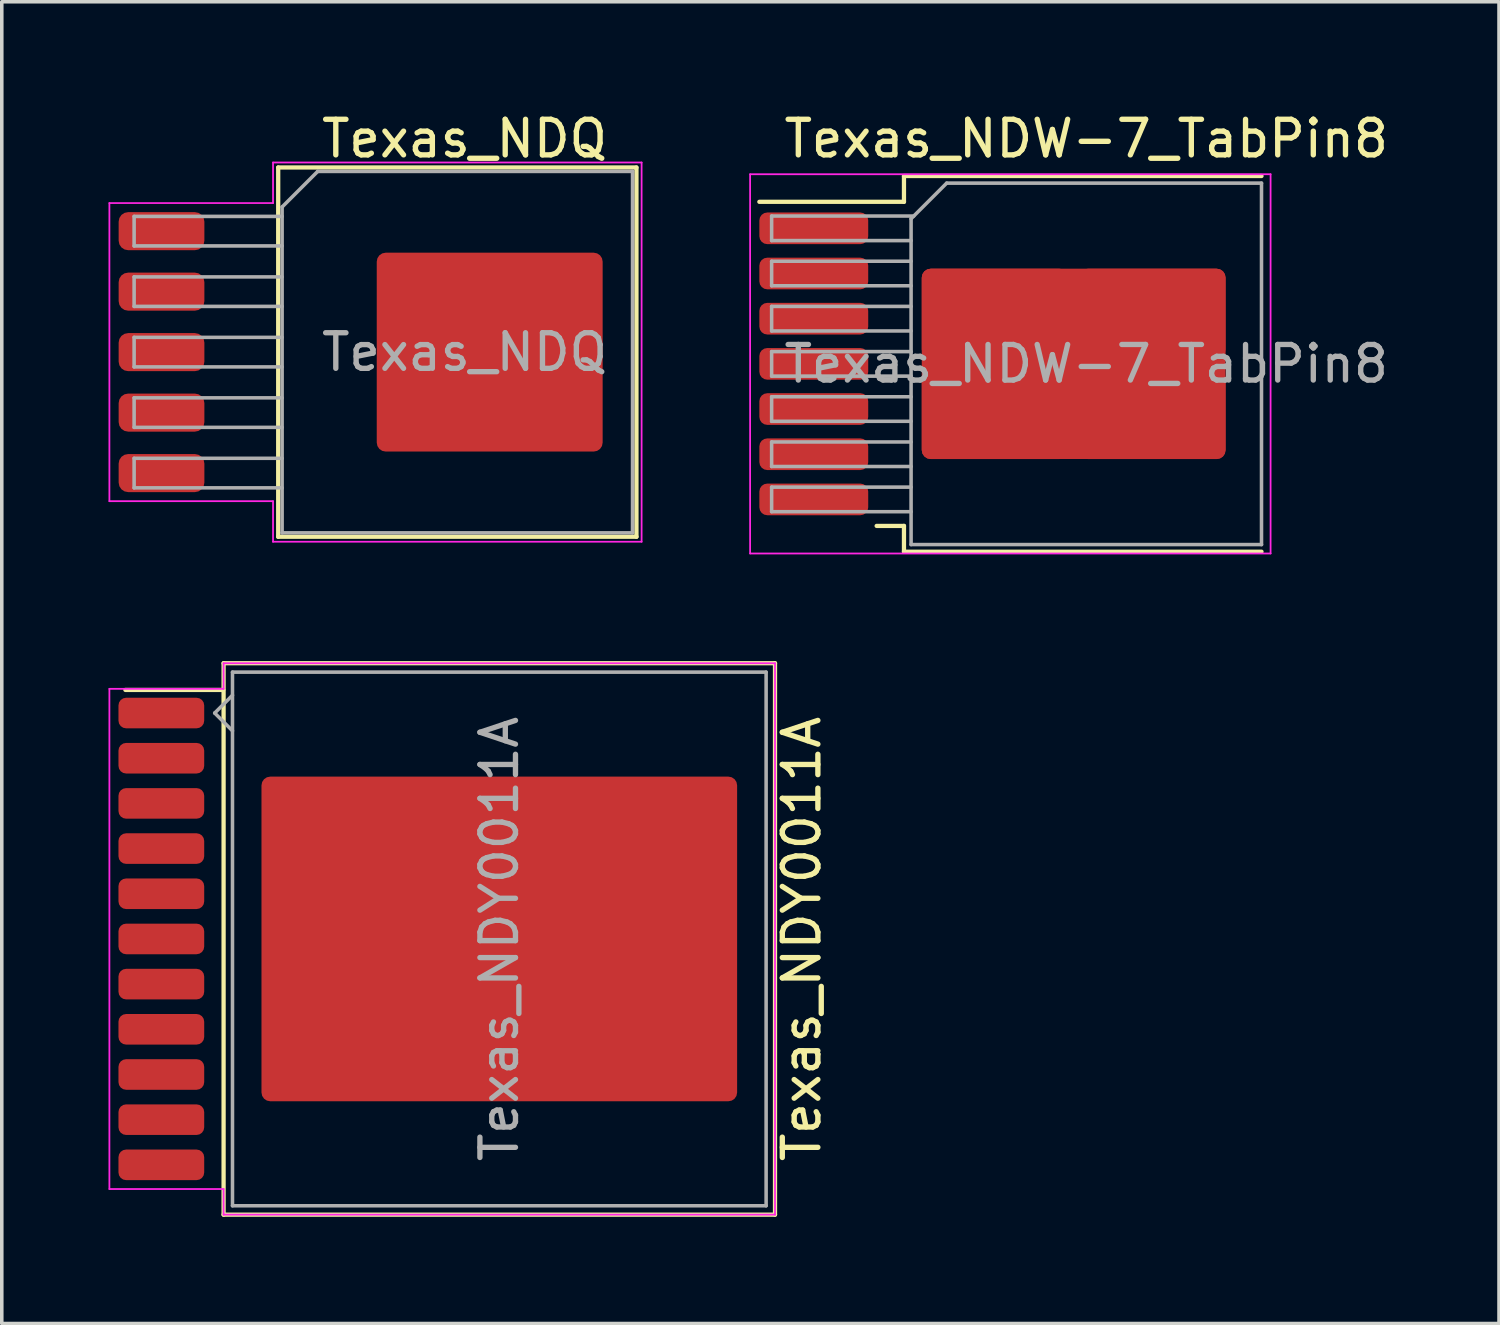
<source format=kicad_pcb>
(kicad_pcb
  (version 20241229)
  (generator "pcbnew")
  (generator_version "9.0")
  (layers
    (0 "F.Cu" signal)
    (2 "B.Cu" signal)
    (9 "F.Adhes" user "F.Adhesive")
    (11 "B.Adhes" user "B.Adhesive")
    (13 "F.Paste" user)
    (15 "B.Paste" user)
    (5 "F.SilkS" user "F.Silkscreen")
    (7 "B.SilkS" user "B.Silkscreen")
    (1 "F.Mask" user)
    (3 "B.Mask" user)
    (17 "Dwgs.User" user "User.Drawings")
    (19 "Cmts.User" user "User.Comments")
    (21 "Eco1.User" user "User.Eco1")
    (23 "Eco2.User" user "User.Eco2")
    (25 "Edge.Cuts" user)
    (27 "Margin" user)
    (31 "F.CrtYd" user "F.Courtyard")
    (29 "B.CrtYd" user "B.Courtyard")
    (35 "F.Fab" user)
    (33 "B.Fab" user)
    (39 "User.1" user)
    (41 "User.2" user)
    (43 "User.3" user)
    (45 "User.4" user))
  (footprint "Texas_NDW-7_TabPin8"
    (layer "F.Cu")
    (at 27.485 7.178)
    (property "Reference" "Texas_NDW-7_TabPin8" (at 0 -6.33 0) (layer "F.SilkS") (effects (font (size 1 1) (thickness 0.15))))
    (attr smd)
    (fp_line (start -5.125 -5.28) (end -5.125 -4.555) (stroke (width 0.12) (type solid)) (layer "F.SilkS"))
    (fp_line (start -5.125 -4.555) (end -9.19 -4.555) (stroke (width 0.12) (type solid)) (layer "F.SilkS"))
    (fp_line (start -5.125 4.555) (end -5.893 4.555) (stroke (width 0.12) (type solid)) (layer "F.SilkS"))
    (fp_line (start -5.125 5.28) (end -5.125 4.555) (stroke (width 0.12) (type solid)) (layer "F.SilkS"))
    (fp_line (start 4.925 -5.28) (end -5.125 -5.28) (stroke (width 0.12) (type solid)) (layer "F.SilkS"))
    (fp_line (start 4.925 5.28) (end -5.125 5.28) (stroke (width 0.12) (type solid)) (layer "F.SilkS"))
    (fp_line (start -9.45 -5.33) (end -9.45 5.33) (stroke (width 0.05) (type solid)) (layer "F.CrtYd"))
    (fp_line (start -9.45 5.33) (end 5.18 5.33) (stroke (width 0.05) (type solid)) (layer "F.CrtYd"))
    (fp_line (start 5.18 -5.33) (end -9.45 -5.33) (stroke (width 0.05) (type solid)) (layer "F.CrtYd"))
    (fp_line (start 5.18 5.33) (end 5.18 -5.33) (stroke (width 0.05) (type solid)) (layer "F.CrtYd"))
    (fp_line (start -8.845 -4.155) (end -8.845 -3.465) (stroke (width 0.1) (type solid)) (layer "F.Fab"))
    (fp_line (start -8.845 -3.465) (end -4.925 -3.465) (stroke (width 0.1) (type solid)) (layer "F.Fab"))
    (fp_line (start -8.845 -2.885) (end -8.845 -2.195) (stroke (width 0.1) (type solid)) (layer "F.Fab"))
    (fp_line (start -8.845 -2.195) (end -4.925 -2.195) (stroke (width 0.1) (type solid)) (layer "F.Fab"))
    (fp_line (start -8.845 -1.615) (end -8.845 -0.925) (stroke (width 0.1) (type solid)) (layer "F.Fab"))
    (fp_line (start -8.845 -0.925) (end -4.925 -0.925) (stroke (width 0.1) (type solid)) (layer "F.Fab"))
    (fp_line (start -8.845 -0.345) (end -8.845 0.345) (stroke (width 0.1) (type solid)) (layer "F.Fab"))
    (fp_line (start -8.845 0.345) (end -4.925 0.345) (stroke (width 0.1) (type solid)) (layer "F.Fab"))
    (fp_line (start -8.845 0.925) (end -8.845 1.615) (stroke (width 0.1) (type solid)) (layer "F.Fab"))
    (fp_line (start -8.845 1.615) (end -4.925 1.615) (stroke (width 0.1) (type solid)) (layer "F.Fab"))
    (fp_line (start -8.845 2.195) (end -8.845 2.885) (stroke (width 0.1) (type solid)) (layer "F.Fab"))
    (fp_line (start -8.845 2.885) (end -4.925 2.885) (stroke (width 0.1) (type solid)) (layer "F.Fab"))
    (fp_line (start -8.845 3.465) (end -8.845 4.155) (stroke (width 0.1) (type solid)) (layer "F.Fab"))
    (fp_line (start -8.845 4.155) (end -4.925 4.155) (stroke (width 0.1) (type solid)) (layer "F.Fab"))
    (fp_line (start -4.925 -4.08) (end -3.925 -5.08) (stroke (width 0.1) (type solid)) (layer "F.Fab"))
    (fp_line (start -4.925 -2.885) (end -8.845 -2.885) (stroke (width 0.1) (type solid)) (layer "F.Fab"))
    (fp_line (start -4.925 -1.615) (end -8.845 -1.615) (stroke (width 0.1) (type solid)) (layer "F.Fab"))
    (fp_line (start -4.925 -0.345) (end -8.845 -0.345) (stroke (width 0.1) (type solid)) (layer "F.Fab"))
    (fp_line (start -4.925 0.925) (end -8.845 0.925) (stroke (width 0.1) (type solid)) (layer "F.Fab"))
    (fp_line (start -4.925 2.195) (end -8.845 2.195) (stroke (width 0.1) (type solid)) (layer "F.Fab"))
    (fp_line (start -4.925 3.465) (end -8.845 3.465) (stroke (width 0.1) (type solid)) (layer "F.Fab"))
    (fp_line (start -4.925 5.08) (end -4.925 -4.08) (stroke (width 0.1) (type solid)) (layer "F.Fab"))
    (fp_line (start -4.85 -4.155) (end -8.845 -4.155) (stroke (width 0.1) (type solid)) (layer "F.Fab"))
    (fp_line (start -3.925 -5.08) (end 4.925 -5.08) (stroke (width 0.1) (type solid)) (layer "F.Fab"))
    (fp_line (start 4.925 -5.08) (end 4.925 5.08) (stroke (width 0.1) (type solid)) (layer "F.Fab"))
    (fp_line (start 4.925 5.08) (end -4.925 5.08) (stroke (width 0.1) (type solid)) (layer "F.Fab"))
    (fp_text user "${REFERENCE}" (at 0 0 0) (layer "F.Fab") (effects (font (size 1 1) (thickness 0.15))))
    (pad "1" smd roundrect (at -7.66 -3.81) (size 3.06 0.89) (layers "F.Cu" "F.Mask" "F.Paste") (roundrect_rratio 0.25))
    (pad "2" smd roundrect (at -7.66 -2.54) (size 3.06 0.89) (layers "F.Cu" "F.Mask" "F.Paste") (roundrect_rratio 0.25))
    (pad "3" smd roundrect (at -7.66 -1.27) (size 3.06 0.89) (layers "F.Cu" "F.Mask" "F.Paste") (roundrect_rratio 0.25))
    (pad "4" smd roundrect (at -7.66 0) (size 3.06 0.89) (layers "F.Cu" "F.Mask" "F.Paste") (roundrect_rratio 0.25))
    (pad "5" smd roundrect (at -7.66 1.27) (size 3.06 0.89) (layers "F.Cu" "F.Mask" "F.Paste") (roundrect_rratio 0.25))
    (pad "6" smd roundrect (at -7.66 2.54) (size 3.06 0.89) (layers "F.Cu" "F.Mask" "F.Paste") (roundrect_rratio 0.25))
    (pad "7" smd roundrect (at -7.66 3.81) (size 3.06 0.89) (layers "F.Cu" "F.Mask" "F.Paste") (roundrect_rratio 0.25))
    (pad "8" smd roundrect (at -2.565 -1.413) (size 4.12 2.525) (layers "F.Cu" "F.Paste") (roundrect_rratio 0.099))
    (pad "8" smd roundrect (at -2.565 1.413) (size 4.12 2.525) (layers "F.Cu" "F.Paste") (roundrect_rratio 0.099))
    (pad "8" smd roundrect (at -0.355 0) (size 8.54 5.35) (layers "F.Cu" "F.Mask") (roundrect_rratio 0.047))
    (pad "8" smd roundrect (at 1.855 -1.413) (size 4.12 2.525) (layers "F.Cu" "F.Paste") (roundrect_rratio 0.099))
    (pad "8" smd roundrect (at 1.855 1.413) (size 4.12 2.525) (layers "F.Cu" "F.Paste") (roundrect_rratio 0.099)))
  (footprint "Texas_NDQ"
    (layer "F.Cu")
    (at 9.805 6.848)
    (property "Reference" "Texas_NDQ" (at 0.203 -6 0) (layer "F.SilkS") (effects (font (size 1 1) (thickness 0.15))))
    (attr smd)
    (fp_line (start -5.035 -5.19) (end -5.035 5.19) (stroke (width 0.12) (type solid)) (layer "F.SilkS"))
    (fp_line (start -5.035 -5.19) (end 5.035 -5.19) (stroke (width 0.12) (type solid)) (layer "F.SilkS"))
    (fp_line (start 5.035 5.19) (end -5.035 5.19) (stroke (width 0.12) (type solid)) (layer "F.SilkS"))
    (fp_line (start 5.035 5.19) (end 5.035 -5.19) (stroke (width 0.12) (type solid)) (layer "F.SilkS"))
    (fp_line (start -9.78 4.19) (end -9.78 -4.19) (stroke (width 0.05) (type solid)) (layer "F.CrtYd"))
    (fp_line (start -5.18 -4.19) (end -9.78 -4.19) (stroke (width 0.05) (type solid)) (layer "F.CrtYd"))
    (fp_line (start -5.18 -4.19) (end -5.18 -5.33) (stroke (width 0.05) (type solid)) (layer "F.CrtYd"))
    (fp_line (start -5.18 4.19) (end -9.78 4.19) (stroke (width 0.05) (type solid)) (layer "F.CrtYd"))
    (fp_line (start -5.18 5.33) (end -5.18 4.19) (stroke (width 0.05) (type solid)) (layer "F.CrtYd"))
    (fp_line (start 5.18 -5.33) (end -5.18 -5.33) (stroke (width 0.05) (type solid)) (layer "F.CrtYd"))
    (fp_line (start 5.18 -5.33) (end 5.18 5.33) (stroke (width 0.05) (type solid)) (layer "F.CrtYd"))
    (fp_line (start 5.18 5.33) (end -5.18 5.33) (stroke (width 0.05) (type solid)) (layer "F.CrtYd"))
    (fp_line (start -9.085 -3.815) (end -9.085 -2.985) (stroke (width 0.1) (type solid)) (layer "F.Fab"))
    (fp_line (start -9.085 -2.115) (end -9.085 -1.285) (stroke (width 0.1) (type solid)) (layer "F.Fab"))
    (fp_line (start -9.085 -0.415) (end -9.085 0.415) (stroke (width 0.1) (type solid)) (layer "F.Fab"))
    (fp_line (start -9.085 1.285) (end -9.085 2.115) (stroke (width 0.1) (type solid)) (layer "F.Fab"))
    (fp_line (start -9.085 2.985) (end -9.085 3.815) (stroke (width 0.1) (type solid)) (layer "F.Fab"))
    (fp_line (start -4.925 -3.815) (end -9.085 -3.815) (stroke (width 0.1) (type solid)) (layer "F.Fab"))
    (fp_line (start -4.925 -2.985) (end -9.085 -2.985) (stroke (width 0.1) (type solid)) (layer "F.Fab"))
    (fp_line (start -4.925 -2.115) (end -9.085 -2.115) (stroke (width 0.1) (type solid)) (layer "F.Fab"))
    (fp_line (start -4.925 -1.285) (end -9.085 -1.285) (stroke (width 0.1) (type solid)) (layer "F.Fab"))
    (fp_line (start -4.925 -0.415) (end -9.085 -0.415) (stroke (width 0.1) (type solid)) (layer "F.Fab"))
    (fp_line (start -4.925 0.415) (end -9.085 0.415) (stroke (width 0.1) (type solid)) (layer "F.Fab"))
    (fp_line (start -4.925 1.285) (end -9.085 1.285) (stroke (width 0.1) (type solid)) (layer "F.Fab"))
    (fp_line (start -4.925 2.115) (end -9.085 2.115) (stroke (width 0.1) (type solid)) (layer "F.Fab"))
    (fp_line (start -4.925 2.985) (end -9.085 2.985) (stroke (width 0.1) (type solid)) (layer "F.Fab"))
    (fp_line (start -4.925 3.815) (end -9.085 3.815) (stroke (width 0.1) (type solid)) (layer "F.Fab"))
    (fp_line (start -4.925 5.08) (end -4.925 -4.08) (stroke (width 0.1) (type solid)) (layer "F.Fab"))
    (fp_line (start -3.925 -5.08) (end -4.925 -4.08) (stroke (width 0.1) (type solid)) (layer "F.Fab"))
    (fp_line (start -3.925 -5.08) (end 4.925 -5.08) (stroke (width 0.1) (type solid)) (layer "F.Fab"))
    (fp_line (start 4.925 -5.08) (end 4.925 5.08) (stroke (width 0.1) (type solid)) (layer "F.Fab"))
    (fp_line (start 4.925 5.08) (end -4.925 5.08) (stroke (width 0.1) (type solid)) (layer "F.Fab"))
    (fp_text user "${REFERENCE}" (at 0.203 0 0) (layer "F.Fab") (effects (font (size 1 1) (thickness 0.15))))
    (pad "1" smd roundrect (at -8.315 -3.4) (size 2.41 1.07) (layers "F.Cu" "F.Mask" "F.Paste") (roundrect_rratio 0.25))
    (pad "2" smd roundrect (at -8.315 -1.7) (size 2.41 1.07) (layers "F.Cu" "F.Mask" "F.Paste") (roundrect_rratio 0.25))
    (pad "3" smd roundrect (at -8.315 0) (size 2.41 1.07) (layers "F.Cu" "F.Mask" "F.Paste") (roundrect_rratio 0.25))
    (pad "4" smd roundrect (at -8.315 1.7) (size 2.41 1.07) (layers "F.Cu" "F.Mask" "F.Paste") (roundrect_rratio 0.25))
    (pad "5" smd roundrect (at -8.315 3.4) (size 2.41 1.07) (layers "F.Cu" "F.Mask" "F.Paste") (roundrect_rratio 0.25))
    (pad "6" smd roundrect (at 0.91 0) (size 6.35 5.59) (layers "F.Cu" "F.Mask" "F.Paste") (roundrect_rratio 0.045)))
  (footprint "Texas_NDY0011A"
    (layer "F.Cu")
    (at 10.985 23.343)
    (property "Reference" "Texas_NDY0011A" (at 8.5 0 270) (layer "F.SilkS") (effects (font (size 1 1) (thickness 0.15))))
    (attr smd)
    (fp_line (start -7.76 -7) (end -10.51 -7) (stroke (width 0.12) (type solid)) (layer "F.SilkS"))
    (fp_line (start -7.75 -7.75) (end -7.75 7.75) (stroke (width 0.12) (type solid)) (layer "F.SilkS"))
    (fp_line (start -7.75 -7.75) (end 7.75 -7.75) (stroke (width 0.12) (type solid)) (layer "F.SilkS"))
    (fp_line (start 7.75 -7.75) (end 7.75 7.75) (stroke (width 0.12) (type solid)) (layer "F.SilkS"))
    (fp_line (start 7.75 7.75) (end -7.75 7.75) (stroke (width 0.12) (type solid)) (layer "F.SilkS"))
    (fp_line (start -10.96 -7.03) (end -7.75 -7.03) (stroke (width 0.05) (type solid)) (layer "F.CrtYd"))
    (fp_line (start -10.96 7.03) (end -10.96 -7.03) (stroke (width 0.05) (type solid)) (layer "F.CrtYd"))
    (fp_line (start -7.75 -7.75) (end 7.75 -7.75) (stroke (width 0.05) (type solid)) (layer "F.CrtYd"))
    (fp_line (start -7.75 -7.03) (end -7.75 -7.75) (stroke (width 0.05) (type solid)) (layer "F.CrtYd"))
    (fp_line (start -7.75 7.03) (end -10.96 7.03) (stroke (width 0.05) (type solid)) (layer "F.CrtYd"))
    (fp_line (start -7.75 7.75) (end -7.75 7.03) (stroke (width 0.05) (type solid)) (layer "F.CrtYd"))
    (fp_line (start 7.75 -7.75) (end 7.75 7.75) (stroke (width 0.05) (type solid)) (layer "F.CrtYd"))
    (fp_line (start 7.75 7.75) (end -7.75 7.75) (stroke (width 0.05) (type solid)) (layer "F.CrtYd"))
    (fp_line (start -8 -6.35) (end -7.5 -5.85) (stroke (width 0.1) (type solid)) (layer "F.Fab"))
    (fp_line (start -7.5 -7.5) (end 7.5 -7.5) (stroke (width 0.1) (type solid)) (layer "F.Fab"))
    (fp_line (start -7.5 -6.85) (end -8 -6.35) (stroke (width 0.1) (type solid)) (layer "F.Fab"))
    (fp_line (start -7.5 7.5) (end -7.5 -7.5) (stroke (width 0.1) (type solid)) (layer "F.Fab"))
    (fp_line (start 7.5 -7.5) (end 7.5 7.5) (stroke (width 0.1) (type solid)) (layer "F.Fab"))
    (fp_line (start 7.5 7.5) (end -7.5 7.5) (stroke (width 0.1) (type solid)) (layer "F.Fab"))
    (fp_text user "${REFERENCE}" (at 0 0 270) (layer "F.Fab") (effects (font (size 1 1) (thickness 0.15))))
    (pad "1" smd roundrect (at -9.5 -6.35 270) (size 0.86 2.41) (layers "F.Cu" "F.Mask" "F.Paste") (roundrect_rratio 0.25))
    (pad "2" smd roundrect (at -9.5 -5.08 270) (size 0.86 2.41) (layers "F.Cu" "F.Mask" "F.Paste") (roundrect_rratio 0.25))
    (pad "3" smd roundrect (at -9.5 -3.81 270) (size 0.86 2.41) (layers "F.Cu" "F.Mask" "F.Paste") (roundrect_rratio 0.25))
    (pad "4" smd roundrect (at -9.5 -2.54 270) (size 0.86 2.41) (layers "F.Cu" "F.Mask" "F.Paste") (roundrect_rratio 0.25))
    (pad "5" smd roundrect (at -9.5 -1.27 270) (size 0.86 2.41) (layers "F.Cu" "F.Mask" "F.Paste") (roundrect_rratio 0.25))
    (pad "6" smd roundrect (at -9.5 0 270) (size 0.86 2.41) (layers "F.Cu" "F.Mask" "F.Paste") (roundrect_rratio 0.25))
    (pad "7" smd roundrect (at -9.5 1.27 270) (size 0.86 2.41) (layers "F.Cu" "F.Mask" "F.Paste") (roundrect_rratio 0.25))
    (pad "8" smd roundrect (at -9.5 2.54 270) (size 0.86 2.41) (layers "F.Cu" "F.Mask" "F.Paste") (roundrect_rratio 0.25))
    (pad "9" smd roundrect (at -9.5 3.81 270) (size 0.86 2.41) (layers "F.Cu" "F.Mask" "F.Paste") (roundrect_rratio 0.25))
    (pad "10" smd roundrect (at -9.5 5.08 270) (size 0.86 2.41) (layers "F.Cu" "F.Mask" "F.Paste") (roundrect_rratio 0.25))
    (pad "11" smd roundrect (at -9.5 6.35 270) (size 0.86 2.41) (layers "F.Cu" "F.Mask" "F.Paste") (roundrect_rratio 0.25))
    (pad "12" smd roundrect (at 0 0 270) (size 9.126 13.37) (layers "F.Cu" "F.Mask" "F.Paste") (roundrect_rratio 0.027)))
  (gr_rect
    (start -3 -3)
    (end 39.086 34.153)
    (stroke (width 0.1) (type default))
    (fill no)
    (layer "Edge.Cuts")))
</source>
